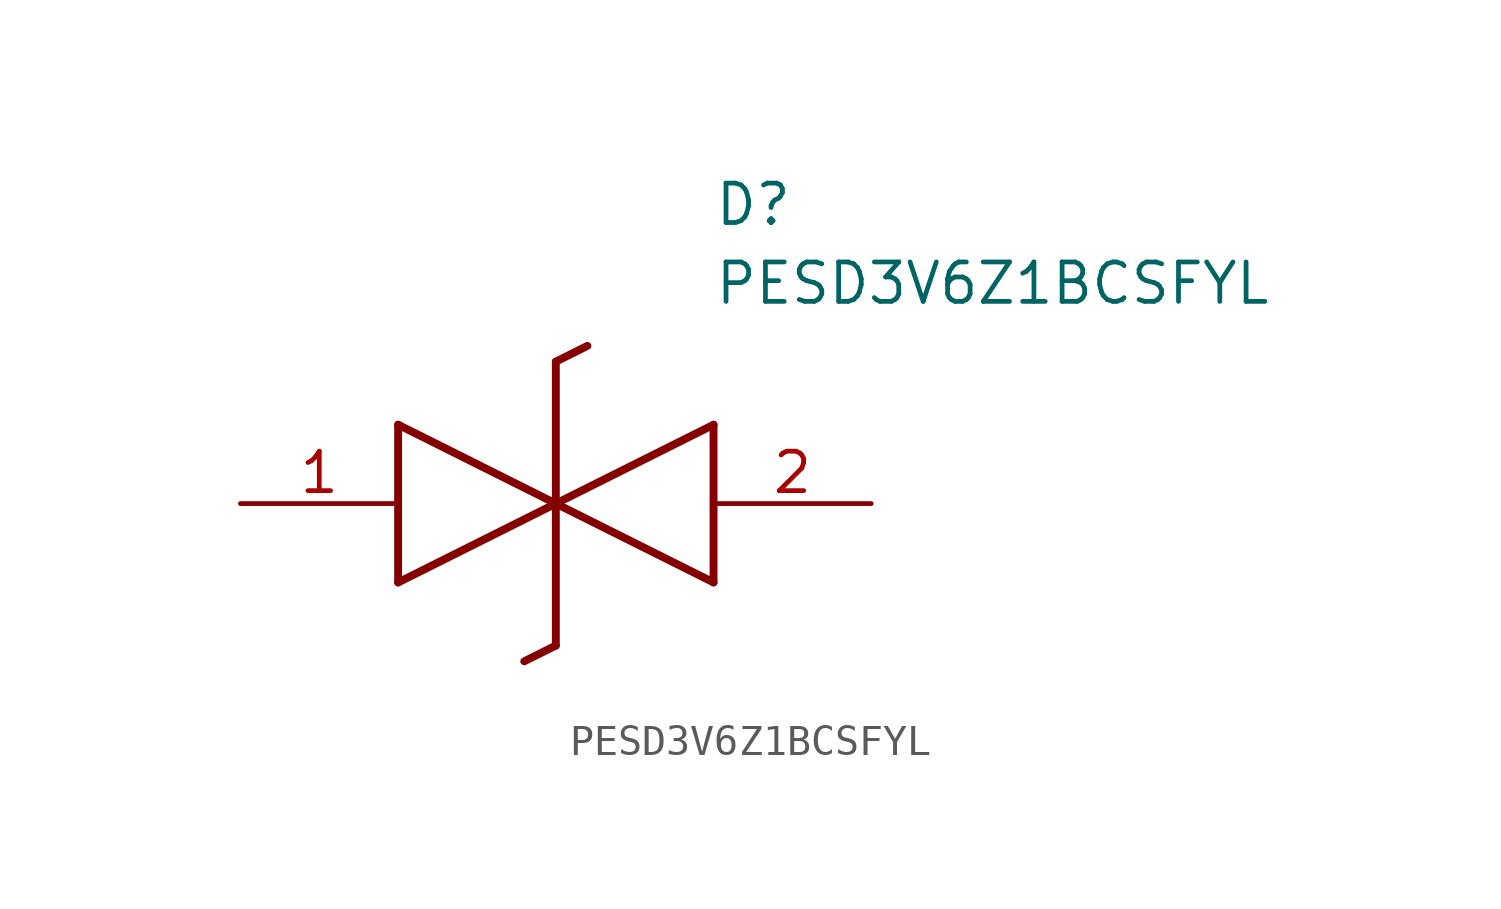
<source format=kicad_sym>
(kicad_symbol_lib
  (version 20211014)
  (generator SamacSys_ECAD_Model)
  (symbol "PESD3V6Z1BCSFYL"
    (pin_names hide)
    (property "Reference" "D"
      (at 15.24 8.89 0)
      (effects (font (size 1.27 1.27)) (justify left bottom)))
    (property "Value" "PESD3V6Z1BCSFYL"
      (at 15.24 6.35 0)
      (effects (font (size 1.27 1.27)) (justify left bottom)))
    (polyline
      (pts (xy 10.16 0) (xy 5.08 -2.54))
      (stroke (width 0.254) (type default))
      (fill (type none)))
    (polyline
      (pts (xy 5.08 2.54) (xy 5.08 -2.54))
      (stroke (width 0.254) (type default))
      (fill (type none)))
    (polyline
      (pts (xy 5.08 2.54) (xy 10.16 0))
      (stroke (width 0.254) (type default))
      (fill (type none)))
    (polyline
      (pts (xy 10.16 0) (xy 15.24 -2.54))
      (stroke (width 0.254) (type default))
      (fill (type none)))
    (polyline
      (pts (xy 15.24 2.54) (xy 15.24 -2.54))
      (stroke (width 0.254) (type default))
      (fill (type none)))
    (polyline
      (pts (xy 15.24 2.54) (xy 10.16 0))
      (stroke (width 0.254) (type default))
      (fill (type none)))
    (polyline
      (pts (xy 10.16 -4.572) (xy 10.16 4.572))
      (stroke (width 0.254) (type default))
      (fill (type none)))
    (polyline
      (pts (xy 11.176 5.08) (xy 10.16 4.572))
      (stroke (width 0.254) (type default))
      (fill (type none)))
    (polyline
      (pts (xy 10.16 -4.572) (xy 9.144 -5.08))
      (stroke (width 0.254) (type default))
      (fill (type none)))
    (pin passive line
      (at 0 0 0)
      (length 5.08)
      (name "K1" (effects (font (size 1.27 1.27))))
      (number "1" (effects (font (size 1.27 1.27)))))
    (pin passive line
      (at 20.32 0 180)
      (length 5.08)
      (name "K2" (effects (font (size 1.27 1.27))))
      (number "2" (effects (font (size 1.27 1.27)))))))
</source>
